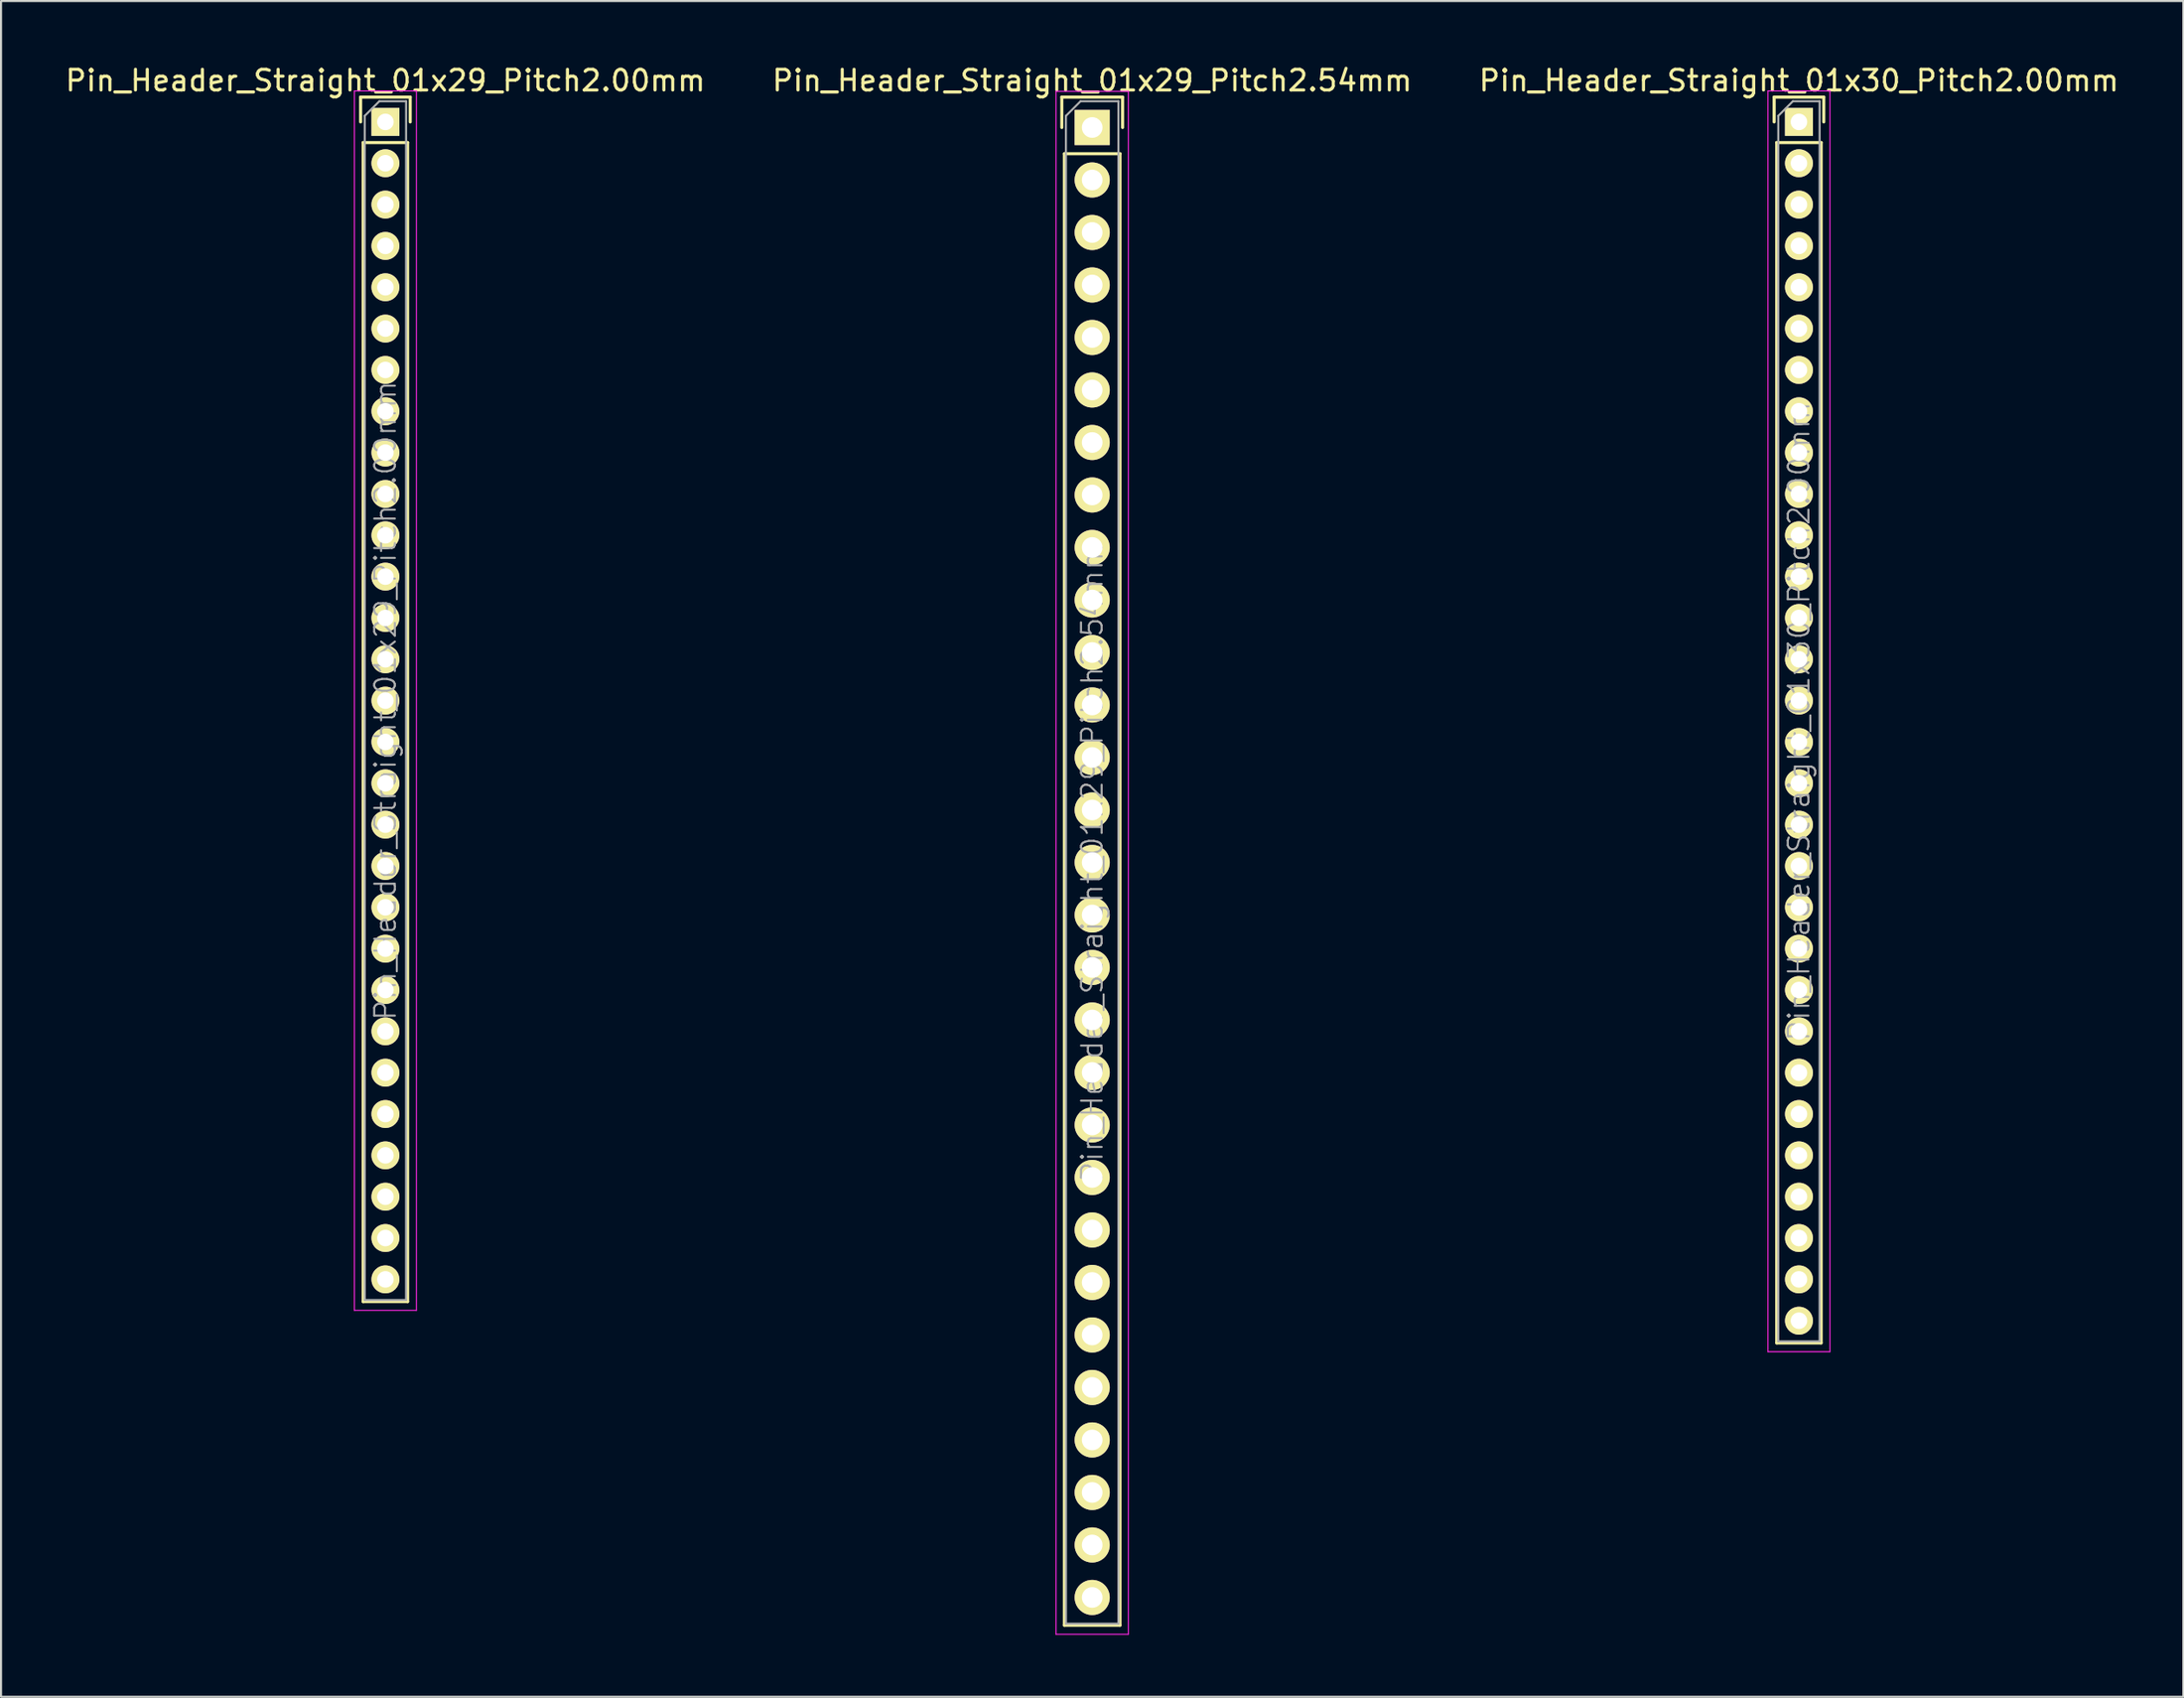
<source format=kicad_pcb>
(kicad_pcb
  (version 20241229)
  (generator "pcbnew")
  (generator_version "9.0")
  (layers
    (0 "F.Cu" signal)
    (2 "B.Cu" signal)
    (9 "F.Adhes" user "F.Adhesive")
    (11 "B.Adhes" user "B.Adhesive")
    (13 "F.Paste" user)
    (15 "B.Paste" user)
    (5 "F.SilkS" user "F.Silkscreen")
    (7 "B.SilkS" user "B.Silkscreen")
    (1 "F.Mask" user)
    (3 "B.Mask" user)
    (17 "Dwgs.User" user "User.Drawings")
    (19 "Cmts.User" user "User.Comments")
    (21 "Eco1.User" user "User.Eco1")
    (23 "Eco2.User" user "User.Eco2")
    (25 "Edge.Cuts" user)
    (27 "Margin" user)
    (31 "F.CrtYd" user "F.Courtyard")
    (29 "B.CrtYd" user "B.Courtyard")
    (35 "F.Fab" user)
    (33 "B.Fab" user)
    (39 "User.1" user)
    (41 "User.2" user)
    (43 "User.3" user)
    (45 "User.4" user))
  (footprint "Pin_Header_Straight_01x30_Pitch2.00mm"
    (layer "F.Cu")
    (at 84.006 2.848)
    (property "Reference" "Pin_Header_Straight_01x30_Pitch2.00mm" (at 0 -2 0) (layer "F.SilkS") (effects (font (size 1 1) (thickness 0.15))))
    (attr smd)
    (fp_line (start -1.2 -1.2) (end -1.2 0) (stroke (width 0.15) (type solid)) (layer "F.SilkS"))
    (fp_line (start -1.2 -1.2) (end 1.2 -1.2) (stroke (width 0.15) (type solid)) (layer "F.SilkS"))
    (fp_line (start -1.075 1) (end -1.075 59.075) (stroke (width 0.15) (type solid)) (layer "F.SilkS"))
    (fp_line (start -1.075 1) (end 1.075 1) (stroke (width 0.15) (type solid)) (layer "F.SilkS"))
    (fp_line (start -1.075 59.075) (end 1.075 59.075) (stroke (width 0.15) (type solid)) (layer "F.SilkS"))
    (fp_line (start 1.075 1) (end 1.075 59.075) (stroke (width 0.15) (type solid)) (layer "F.SilkS"))
    (fp_line (start 1.2 -1.2) (end 1.2 0) (stroke (width 0.15) (type solid)) (layer "F.SilkS"))
    (fp_line (start -1.5 -1.5) (end -1.5 59.5) (stroke (width 0.05) (type solid)) (layer "F.CrtYd"))
    (fp_line (start 1.5 -1.5) (end -1.5 -1.5) (stroke (width 0.05) (type solid)) (layer "F.CrtYd"))
    (fp_line (start 1.5 -1.5) (end 1.5 59.5) (stroke (width 0.05) (type solid)) (layer "F.CrtYd"))
    (fp_line (start 1.5 59.5) (end -1.5 59.5) (stroke (width 0.05) (type solid)) (layer "F.CrtYd"))
    (fp_line (start -1 -0.293) (end -0.293 -1) (stroke (width 0.1) (type solid)) (layer "F.Fab"))
    (fp_line (start -1 59) (end -1 -0.293) (stroke (width 0.1) (type solid)) (layer "F.Fab"))
    (fp_line (start 1 -1) (end -0.293 -1) (stroke (width 0.1) (type solid)) (layer "F.Fab"))
    (fp_line (start 1 59) (end -1 59) (stroke (width 0.1) (type solid)) (layer "F.Fab"))
    (fp_line (start 1 59) (end 1 -1) (stroke (width 0.1) (type solid)) (layer "F.Fab"))
    (fp_text user "${REFERENCE}" (at 0 29 90) (layer "F.Fab") (effects (font (size 1 1) (thickness 0.1))))
    (pad "1" thru_hole rect (at 0 0) (size 1.35 1.35) (drill 0.8) (layers "*.Cu" "*.Mask" "F.SilkS"))
    (pad "2" thru_hole oval (at 0 2) (size 1.35 1.35) (drill 0.8) (layers "*.Cu" "*.Mask" "F.SilkS"))
    (pad "3" thru_hole oval (at 0 4) (size 1.35 1.35) (drill 0.8) (layers "*.Cu" "*.Mask" "F.SilkS"))
    (pad "4" thru_hole oval (at 0 6) (size 1.35 1.35) (drill 0.8) (layers "*.Cu" "*.Mask" "F.SilkS"))
    (pad "5" thru_hole oval (at 0 8) (size 1.35 1.35) (drill 0.8) (layers "*.Cu" "*.Mask" "F.SilkS"))
    (pad "6" thru_hole oval (at 0 10) (size 1.35 1.35) (drill 0.8) (layers "*.Cu" "*.Mask" "F.SilkS"))
    (pad "7" thru_hole oval (at 0 12) (size 1.35 1.35) (drill 0.8) (layers "*.Cu" "*.Mask" "F.SilkS"))
    (pad "8" thru_hole oval (at 0 14) (size 1.35 1.35) (drill 0.8) (layers "*.Cu" "*.Mask" "F.SilkS"))
    (pad "9" thru_hole oval (at 0 16) (size 1.35 1.35) (drill 0.8) (layers "*.Cu" "*.Mask" "F.SilkS"))
    (pad "10" thru_hole oval (at 0 18) (size 1.35 1.35) (drill 0.8) (layers "*.Cu" "*.Mask" "F.SilkS"))
    (pad "11" thru_hole oval (at 0 20) (size 1.35 1.35) (drill 0.8) (layers "*.Cu" "*.Mask" "F.SilkS"))
    (pad "12" thru_hole oval (at 0 22) (size 1.35 1.35) (drill 0.8) (layers "*.Cu" "*.Mask" "F.SilkS"))
    (pad "13" thru_hole oval (at 0 24) (size 1.35 1.35) (drill 0.8) (layers "*.Cu" "*.Mask" "F.SilkS"))
    (pad "14" thru_hole oval (at 0 26) (size 1.35 1.35) (drill 0.8) (layers "*.Cu" "*.Mask" "F.SilkS"))
    (pad "15" thru_hole oval (at 0 28) (size 1.35 1.35) (drill 0.8) (layers "*.Cu" "*.Mask" "F.SilkS"))
    (pad "16" thru_hole oval (at 0 30) (size 1.35 1.35) (drill 0.8) (layers "*.Cu" "*.Mask" "F.SilkS"))
    (pad "17" thru_hole oval (at 0 32) (size 1.35 1.35) (drill 0.8) (layers "*.Cu" "*.Mask" "F.SilkS"))
    (pad "18" thru_hole oval (at 0 34) (size 1.35 1.35) (drill 0.8) (layers "*.Cu" "*.Mask" "F.SilkS"))
    (pad "19" thru_hole oval (at 0 36) (size 1.35 1.35) (drill 0.8) (layers "*.Cu" "*.Mask" "F.SilkS"))
    (pad "20" thru_hole oval (at 0 38) (size 1.35 1.35) (drill 0.8) (layers "*.Cu" "*.Mask" "F.SilkS"))
    (pad "21" thru_hole oval (at 0 40) (size 1.35 1.35) (drill 0.8) (layers "*.Cu" "*.Mask" "F.SilkS"))
    (pad "22" thru_hole oval (at 0 42) (size 1.35 1.35) (drill 0.8) (layers "*.Cu" "*.Mask" "F.SilkS"))
    (pad "23" thru_hole oval (at 0 44) (size 1.35 1.35) (drill 0.8) (layers "*.Cu" "*.Mask" "F.SilkS"))
    (pad "24" thru_hole oval (at 0 46) (size 1.35 1.35) (drill 0.8) (layers "*.Cu" "*.Mask" "F.SilkS"))
    (pad "25" thru_hole oval (at 0 48) (size 1.35 1.35) (drill 0.8) (layers "*.Cu" "*.Mask" "F.SilkS"))
    (pad "26" thru_hole oval (at 0 50) (size 1.35 1.35) (drill 0.8) (layers "*.Cu" "*.Mask" "F.SilkS"))
    (pad "27" thru_hole oval (at 0 52) (size 1.35 1.35) (drill 0.8) (layers "*.Cu" "*.Mask" "F.SilkS"))
    (pad "28" thru_hole oval (at 0 54) (size 1.35 1.35) (drill 0.8) (layers "*.Cu" "*.Mask" "F.SilkS"))
    (pad "29" thru_hole oval (at 0 56) (size 1.35 1.35) (drill 0.8) (layers "*.Cu" "*.Mask" "F.SilkS"))
    (pad "30" thru_hole oval (at 0 58) (size 1.35 1.35) (drill 0.8) (layers "*.Cu" "*.Mask" "F.SilkS")))
  (footprint "Pin_Header_Straight_01x29_Pitch2.54mm"
    (layer "F.Cu")
    (at 49.804 3.118)
    (property "Reference" "Pin_Header_Straight_01x29_Pitch2.54mm" (at 0 -2.27 0) (layer "F.SilkS") (effects (font (size 1 1) (thickness 0.15))))
    (attr smd)
    (fp_line (start -1.47 -1.47) (end -1.47 0) (stroke (width 0.15) (type solid)) (layer "F.SilkS"))
    (fp_line (start -1.47 -1.47) (end 1.47 -1.47) (stroke (width 0.15) (type solid)) (layer "F.SilkS"))
    (fp_line (start -1.345 1.27) (end -1.345 72.465) (stroke (width 0.15) (type solid)) (layer "F.SilkS"))
    (fp_line (start -1.345 1.27) (end 1.345 1.27) (stroke (width 0.15) (type solid)) (layer "F.SilkS"))
    (fp_line (start -1.345 72.465) (end 1.345 72.465) (stroke (width 0.15) (type solid)) (layer "F.SilkS"))
    (fp_line (start 1.345 1.27) (end 1.345 72.465) (stroke (width 0.15) (type solid)) (layer "F.SilkS"))
    (fp_line (start 1.47 -1.47) (end 1.47 0) (stroke (width 0.15) (type solid)) (layer "F.SilkS"))
    (fp_line (start -1.75 -1.75) (end -1.75 72.9) (stroke (width 0.05) (type solid)) (layer "F.CrtYd"))
    (fp_line (start 1.75 -1.75) (end -1.75 -1.75) (stroke (width 0.05) (type solid)) (layer "F.CrtYd"))
    (fp_line (start 1.75 -1.75) (end 1.75 72.9) (stroke (width 0.05) (type solid)) (layer "F.CrtYd"))
    (fp_line (start 1.75 72.9) (end -1.75 72.9) (stroke (width 0.05) (type solid)) (layer "F.CrtYd"))
    (fp_line (start -1.27 -0.563) (end -0.563 -1.27) (stroke (width 0.1) (type solid)) (layer "F.Fab"))
    (fp_line (start -1.27 72.39) (end -1.27 -0.563) (stroke (width 0.1) (type solid)) (layer "F.Fab"))
    (fp_line (start 1.27 -1.27) (end -0.563 -1.27) (stroke (width 0.1) (type solid)) (layer "F.Fab"))
    (fp_line (start 1.27 72.39) (end -1.27 72.39) (stroke (width 0.1) (type solid)) (layer "F.Fab"))
    (fp_line (start 1.27 72.39) (end 1.27 -1.27) (stroke (width 0.1) (type solid)) (layer "F.Fab"))
    (fp_text user "${REFERENCE}" (at 0 35.56 90) (layer "F.Fab") (effects (font (size 1 1) (thickness 0.1))))
    (pad "1" thru_hole rect (at 0 0) (size 1.7 1.7) (drill 1) (layers "*.Cu" "*.Mask" "F.SilkS"))
    (pad "2" thru_hole oval (at 0 2.54) (size 1.7 1.7) (drill 1) (layers "*.Cu" "*.Mask" "F.SilkS"))
    (pad "3" thru_hole oval (at 0 5.08) (size 1.7 1.7) (drill 1) (layers "*.Cu" "*.Mask" "F.SilkS"))
    (pad "4" thru_hole oval (at 0 7.62) (size 1.7 1.7) (drill 1) (layers "*.Cu" "*.Mask" "F.SilkS"))
    (pad "5" thru_hole oval (at 0 10.16) (size 1.7 1.7) (drill 1) (layers "*.Cu" "*.Mask" "F.SilkS"))
    (pad "6" thru_hole oval (at 0 12.7) (size 1.7 1.7) (drill 1) (layers "*.Cu" "*.Mask" "F.SilkS"))
    (pad "7" thru_hole oval (at 0 15.24) (size 1.7 1.7) (drill 1) (layers "*.Cu" "*.Mask" "F.SilkS"))
    (pad "8" thru_hole oval (at 0 17.78) (size 1.7 1.7) (drill 1) (layers "*.Cu" "*.Mask" "F.SilkS"))
    (pad "9" thru_hole oval (at 0 20.32) (size 1.7 1.7) (drill 1) (layers "*.Cu" "*.Mask" "F.SilkS"))
    (pad "10" thru_hole oval (at 0 22.86) (size 1.7 1.7) (drill 1) (layers "*.Cu" "*.Mask" "F.SilkS"))
    (pad "11" thru_hole oval (at 0 25.4) (size 1.7 1.7) (drill 1) (layers "*.Cu" "*.Mask" "F.SilkS"))
    (pad "12" thru_hole oval (at 0 27.94) (size 1.7 1.7) (drill 1) (layers "*.Cu" "*.Mask" "F.SilkS"))
    (pad "13" thru_hole oval (at 0 30.48) (size 1.7 1.7) (drill 1) (layers "*.Cu" "*.Mask" "F.SilkS"))
    (pad "14" thru_hole oval (at 0 33.02) (size 1.7 1.7) (drill 1) (layers "*.Cu" "*.Mask" "F.SilkS"))
    (pad "15" thru_hole oval (at 0 35.56) (size 1.7 1.7) (drill 1) (layers "*.Cu" "*.Mask" "F.SilkS"))
    (pad "16" thru_hole oval (at 0 38.1) (size 1.7 1.7) (drill 1) (layers "*.Cu" "*.Mask" "F.SilkS"))
    (pad "17" thru_hole oval (at 0 40.64) (size 1.7 1.7) (drill 1) (layers "*.Cu" "*.Mask" "F.SilkS"))
    (pad "18" thru_hole oval (at 0 43.18) (size 1.7 1.7) (drill 1) (layers "*.Cu" "*.Mask" "F.SilkS"))
    (pad "19" thru_hole oval (at 0 45.72) (size 1.7 1.7) (drill 1) (layers "*.Cu" "*.Mask" "F.SilkS"))
    (pad "20" thru_hole oval (at 0 48.26) (size 1.7 1.7) (drill 1) (layers "*.Cu" "*.Mask" "F.SilkS"))
    (pad "21" thru_hole oval (at 0 50.8) (size 1.7 1.7) (drill 1) (layers "*.Cu" "*.Mask" "F.SilkS"))
    (pad "22" thru_hole oval (at 0 53.34) (size 1.7 1.7) (drill 1) (layers "*.Cu" "*.Mask" "F.SilkS"))
    (pad "23" thru_hole oval (at 0 55.88) (size 1.7 1.7) (drill 1) (layers "*.Cu" "*.Mask" "F.SilkS"))
    (pad "24" thru_hole oval (at 0 58.42) (size 1.7 1.7) (drill 1) (layers "*.Cu" "*.Mask" "F.SilkS"))
    (pad "25" thru_hole oval (at 0 60.96) (size 1.7 1.7) (drill 1) (layers "*.Cu" "*.Mask" "F.SilkS"))
    (pad "26" thru_hole oval (at 0 63.5) (size 1.7 1.7) (drill 1) (layers "*.Cu" "*.Mask" "F.SilkS"))
    (pad "27" thru_hole oval (at 0 66.04) (size 1.7 1.7) (drill 1) (layers "*.Cu" "*.Mask" "F.SilkS"))
    (pad "28" thru_hole oval (at 0 68.58) (size 1.7 1.7) (drill 1) (layers "*.Cu" "*.Mask" "F.SilkS"))
    (pad "29" thru_hole oval (at 0 71.12) (size 1.7 1.7) (drill 1) (layers "*.Cu" "*.Mask" "F.SilkS")))
  (footprint "Pin_Header_Straight_01x29_Pitch2.00mm"
    (layer "F.Cu")
    (at 15.601 2.848)
    (property "Reference" "Pin_Header_Straight_01x29_Pitch2.00mm" (at 0 -2 0) (layer "F.SilkS") (effects (font (size 1 1) (thickness 0.15))))
    (attr smd)
    (fp_line (start -1.2 -1.2) (end -1.2 0) (stroke (width 0.15) (type solid)) (layer "F.SilkS"))
    (fp_line (start -1.2 -1.2) (end 1.2 -1.2) (stroke (width 0.15) (type solid)) (layer "F.SilkS"))
    (fp_line (start -1.075 1) (end -1.075 57.075) (stroke (width 0.15) (type solid)) (layer "F.SilkS"))
    (fp_line (start -1.075 1) (end 1.075 1) (stroke (width 0.15) (type solid)) (layer "F.SilkS"))
    (fp_line (start -1.075 57.075) (end 1.075 57.075) (stroke (width 0.15) (type solid)) (layer "F.SilkS"))
    (fp_line (start 1.075 1) (end 1.075 57.075) (stroke (width 0.15) (type solid)) (layer "F.SilkS"))
    (fp_line (start 1.2 -1.2) (end 1.2 0) (stroke (width 0.15) (type solid)) (layer "F.SilkS"))
    (fp_line (start -1.5 -1.5) (end -1.5 57.5) (stroke (width 0.05) (type solid)) (layer "F.CrtYd"))
    (fp_line (start 1.5 -1.5) (end -1.5 -1.5) (stroke (width 0.05) (type solid)) (layer "F.CrtYd"))
    (fp_line (start 1.5 -1.5) (end 1.5 57.5) (stroke (width 0.05) (type solid)) (layer "F.CrtYd"))
    (fp_line (start 1.5 57.5) (end -1.5 57.5) (stroke (width 0.05) (type solid)) (layer "F.CrtYd"))
    (fp_line (start -1 -0.293) (end -0.293 -1) (stroke (width 0.1) (type solid)) (layer "F.Fab"))
    (fp_line (start -1 57) (end -1 -0.293) (stroke (width 0.1) (type solid)) (layer "F.Fab"))
    (fp_line (start 1 -1) (end -0.293 -1) (stroke (width 0.1) (type solid)) (layer "F.Fab"))
    (fp_line (start 1 57) (end -1 57) (stroke (width 0.1) (type solid)) (layer "F.Fab"))
    (fp_line (start 1 57) (end 1 -1) (stroke (width 0.1) (type solid)) (layer "F.Fab"))
    (fp_text user "${REFERENCE}" (at 0 28 90) (layer "F.Fab") (effects (font (size 1 1) (thickness 0.1))))
    (pad "1" thru_hole rect (at 0 0) (size 1.35 1.35) (drill 0.8) (layers "*.Cu" "*.Mask" "F.SilkS"))
    (pad "2" thru_hole oval (at 0 2) (size 1.35 1.35) (drill 0.8) (layers "*.Cu" "*.Mask" "F.SilkS"))
    (pad "3" thru_hole oval (at 0 4) (size 1.35 1.35) (drill 0.8) (layers "*.Cu" "*.Mask" "F.SilkS"))
    (pad "4" thru_hole oval (at 0 6) (size 1.35 1.35) (drill 0.8) (layers "*.Cu" "*.Mask" "F.SilkS"))
    (pad "5" thru_hole oval (at 0 8) (size 1.35 1.35) (drill 0.8) (layers "*.Cu" "*.Mask" "F.SilkS"))
    (pad "6" thru_hole oval (at 0 10) (size 1.35 1.35) (drill 0.8) (layers "*.Cu" "*.Mask" "F.SilkS"))
    (pad "7" thru_hole oval (at 0 12) (size 1.35 1.35) (drill 0.8) (layers "*.Cu" "*.Mask" "F.SilkS"))
    (pad "8" thru_hole oval (at 0 14) (size 1.35 1.35) (drill 0.8) (layers "*.Cu" "*.Mask" "F.SilkS"))
    (pad "9" thru_hole oval (at 0 16) (size 1.35 1.35) (drill 0.8) (layers "*.Cu" "*.Mask" "F.SilkS"))
    (pad "10" thru_hole oval (at 0 18) (size 1.35 1.35) (drill 0.8) (layers "*.Cu" "*.Mask" "F.SilkS"))
    (pad "11" thru_hole oval (at 0 20) (size 1.35 1.35) (drill 0.8) (layers "*.Cu" "*.Mask" "F.SilkS"))
    (pad "12" thru_hole oval (at 0 22) (size 1.35 1.35) (drill 0.8) (layers "*.Cu" "*.Mask" "F.SilkS"))
    (pad "13" thru_hole oval (at 0 24) (size 1.35 1.35) (drill 0.8) (layers "*.Cu" "*.Mask" "F.SilkS"))
    (pad "14" thru_hole oval (at 0 26) (size 1.35 1.35) (drill 0.8) (layers "*.Cu" "*.Mask" "F.SilkS"))
    (pad "15" thru_hole oval (at 0 28) (size 1.35 1.35) (drill 0.8) (layers "*.Cu" "*.Mask" "F.SilkS"))
    (pad "16" thru_hole oval (at 0 30) (size 1.35 1.35) (drill 0.8) (layers "*.Cu" "*.Mask" "F.SilkS"))
    (pad "17" thru_hole oval (at 0 32) (size 1.35 1.35) (drill 0.8) (layers "*.Cu" "*.Mask" "F.SilkS"))
    (pad "18" thru_hole oval (at 0 34) (size 1.35 1.35) (drill 0.8) (layers "*.Cu" "*.Mask" "F.SilkS"))
    (pad "19" thru_hole oval (at 0 36) (size 1.35 1.35) (drill 0.8) (layers "*.Cu" "*.Mask" "F.SilkS"))
    (pad "20" thru_hole oval (at 0 38) (size 1.35 1.35) (drill 0.8) (layers "*.Cu" "*.Mask" "F.SilkS"))
    (pad "21" thru_hole oval (at 0 40) (size 1.35 1.35) (drill 0.8) (layers "*.Cu" "*.Mask" "F.SilkS"))
    (pad "22" thru_hole oval (at 0 42) (size 1.35 1.35) (drill 0.8) (layers "*.Cu" "*.Mask" "F.SilkS"))
    (pad "23" thru_hole oval (at 0 44) (size 1.35 1.35) (drill 0.8) (layers "*.Cu" "*.Mask" "F.SilkS"))
    (pad "24" thru_hole oval (at 0 46) (size 1.35 1.35) (drill 0.8) (layers "*.Cu" "*.Mask" "F.SilkS"))
    (pad "25" thru_hole oval (at 0 48) (size 1.35 1.35) (drill 0.8) (layers "*.Cu" "*.Mask" "F.SilkS"))
    (pad "26" thru_hole oval (at 0 50) (size 1.35 1.35) (drill 0.8) (layers "*.Cu" "*.Mask" "F.SilkS"))
    (pad "27" thru_hole oval (at 0 52) (size 1.35 1.35) (drill 0.8) (layers "*.Cu" "*.Mask" "F.SilkS"))
    (pad "28" thru_hole oval (at 0 54) (size 1.35 1.35) (drill 0.8) (layers "*.Cu" "*.Mask" "F.SilkS"))
    (pad "29" thru_hole oval (at 0 56) (size 1.35 1.35) (drill 0.8) (layers "*.Cu" "*.Mask" "F.SilkS")))
  (gr_rect
    (start -3 -3)
    (end 102.607 79.043)
    (stroke (width 0.1) (type default))
    (fill no)
    (layer "Edge.Cuts")))
</source>
